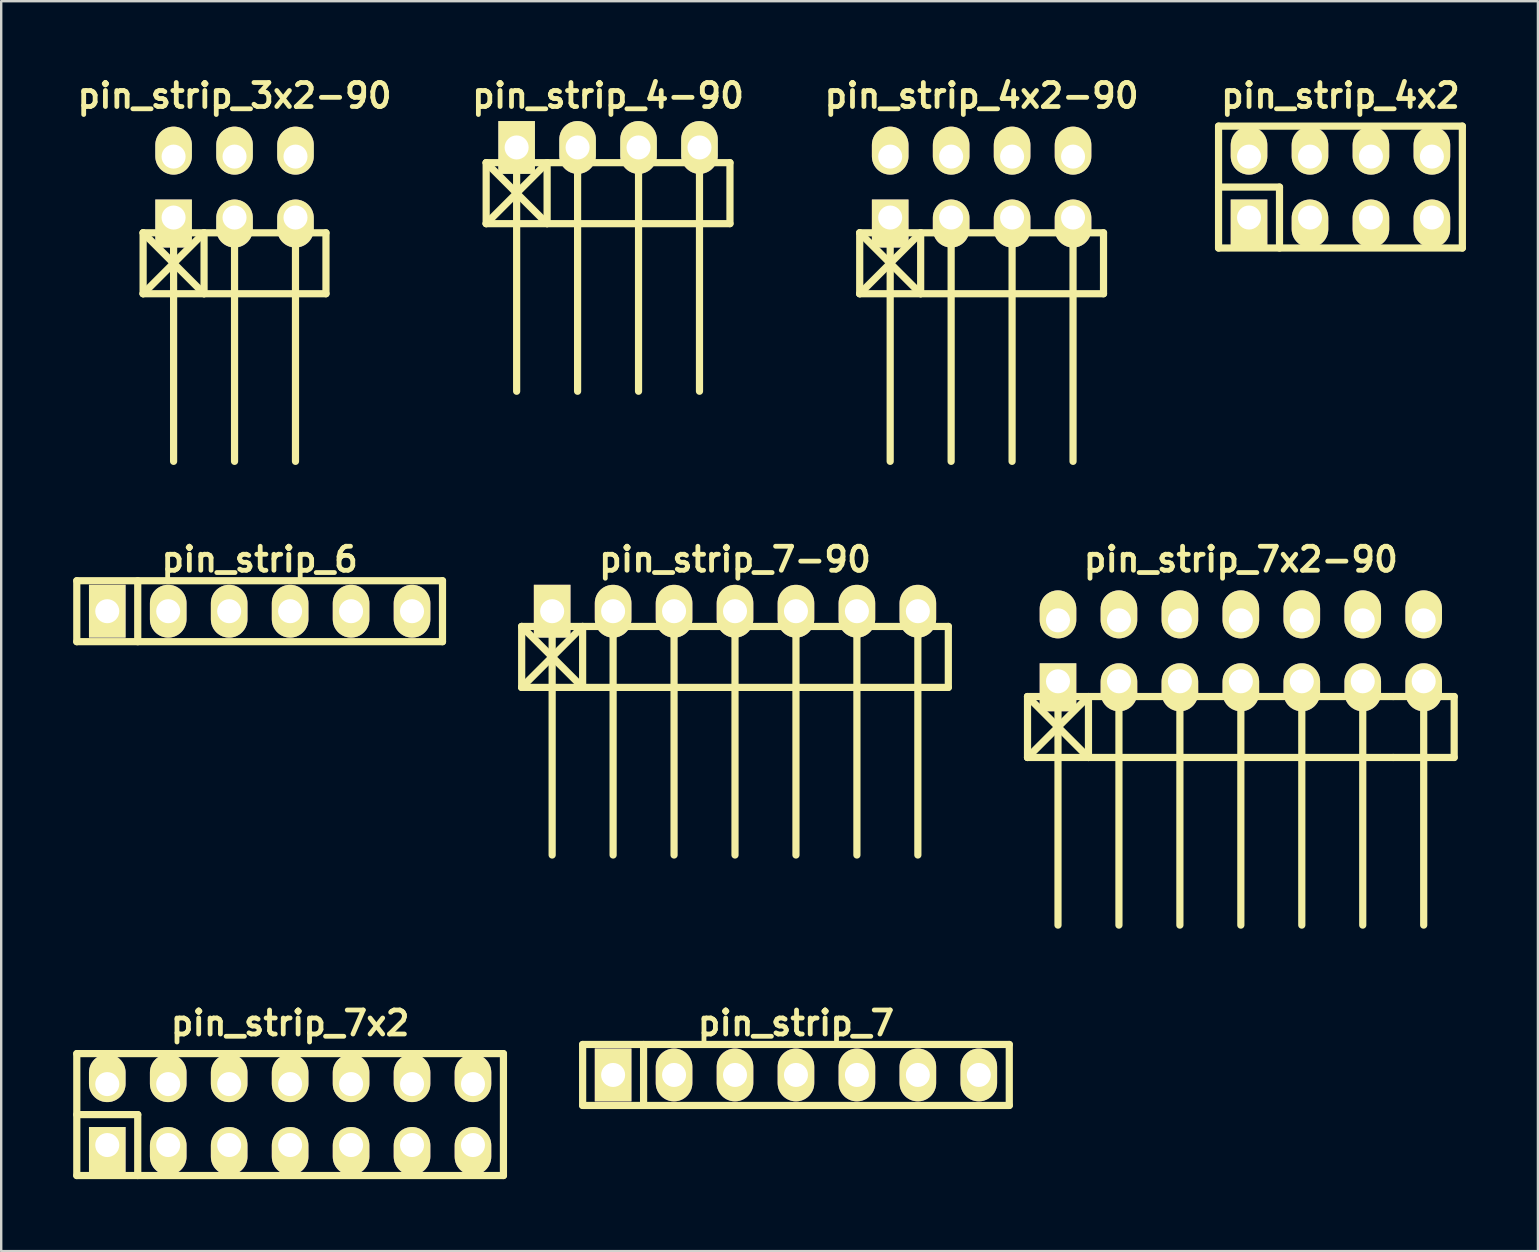
<source format=kicad_pcb>
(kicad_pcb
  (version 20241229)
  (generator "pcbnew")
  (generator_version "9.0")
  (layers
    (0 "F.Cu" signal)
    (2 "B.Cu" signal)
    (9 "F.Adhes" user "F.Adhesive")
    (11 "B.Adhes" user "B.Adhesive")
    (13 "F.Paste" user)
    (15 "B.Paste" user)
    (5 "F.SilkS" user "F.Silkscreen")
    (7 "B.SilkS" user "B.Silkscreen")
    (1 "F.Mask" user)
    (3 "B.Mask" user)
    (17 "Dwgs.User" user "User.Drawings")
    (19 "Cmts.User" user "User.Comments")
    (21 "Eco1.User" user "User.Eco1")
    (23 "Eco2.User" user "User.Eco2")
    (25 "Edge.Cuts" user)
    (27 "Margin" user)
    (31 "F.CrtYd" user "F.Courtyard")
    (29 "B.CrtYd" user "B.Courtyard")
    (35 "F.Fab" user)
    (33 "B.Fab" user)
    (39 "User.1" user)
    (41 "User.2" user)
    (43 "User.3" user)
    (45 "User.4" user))
  (footprint "pin_strip_7-90"
    (layer "F.Cu")
    (at 27.58 22.421)
    (property "Reference" "pin_strip_7-90" (at 0 -2.159 0) (layer "F.SilkS") (effects (font (size 1 1) (thickness 0.2))))
    (attr through_hole)
    (fp_line (start -8.89 0.635) (end -6.35 3.175) (stroke (width 0.3) (type solid)) (layer "F.SilkS"))
    (fp_line (start -8.89 0.635) (end 8.89 0.635) (stroke (width 0.3) (type solid)) (layer "F.SilkS"))
    (fp_line (start -8.89 3.175) (end -8.89 0.635) (stroke (width 0.3) (type solid)) (layer "F.SilkS"))
    (fp_line (start -7.62 0) (end -7.62 10.16) (stroke (width 0.3) (type solid)) (layer "F.SilkS"))
    (fp_line (start -6.35 0.635) (end -8.89 3.175) (stroke (width 0.3) (type solid)) (layer "F.SilkS"))
    (fp_line (start -6.35 0.635) (end -6.35 3.175) (stroke (width 0.3) (type solid)) (layer "F.SilkS"))
    (fp_line (start -5.08 0) (end -5.08 10.16) (stroke (width 0.3) (type solid)) (layer "F.SilkS"))
    (fp_line (start -2.54 10.16) (end -2.54 0) (stroke (width 0.3) (type solid)) (layer "F.SilkS"))
    (fp_line (start 0 0) (end 0 10.16) (stroke (width 0.3) (type solid)) (layer "F.SilkS"))
    (fp_line (start 2.54 0) (end 2.54 10.16) (stroke (width 0.3) (type solid)) (layer "F.SilkS"))
    (fp_line (start 5.08 0) (end 5.08 10.16) (stroke (width 0.3) (type solid)) (layer "F.SilkS"))
    (fp_line (start 7.62 0) (end 7.62 10.16) (stroke (width 0.3) (type solid)) (layer "F.SilkS"))
    (fp_line (start 8.89 0.635) (end 8.89 3.175) (stroke (width 0.3) (type solid)) (layer "F.SilkS"))
    (fp_line (start 8.89 3.175) (end -8.89 3.175) (stroke (width 0.3) (type solid)) (layer "F.SilkS"))
    (pad "1" thru_hole rect (at -7.62 0) (size 1.524 2.2) (drill 1.001) (layers "*.Cu" "*.Mask" "F.SilkS"))
    (pad "2" thru_hole oval (at -5.08 0) (size 1.524 2.2) (drill 1.001) (layers "*.Cu" "*.Mask" "F.SilkS"))
    (pad "3" thru_hole oval (at -2.54 0) (size 1.524 2.2) (drill 1.001) (layers "*.Cu" "*.Mask" "F.SilkS"))
    (pad "4" thru_hole oval (at 0 0) (size 1.524 2.2) (drill 1.001) (layers "*.Cu" "*.Mask" "F.SilkS"))
    (pad "5" thru_hole oval (at 2.54 0) (size 1.524 2.2) (drill 1.001) (layers "*.Cu" "*.Mask" "F.SilkS"))
    (pad "6" thru_hole oval (at 5.08 0) (size 1.524 2.2) (drill 1.001) (layers "*.Cu" "*.Mask" "F.SilkS"))
    (pad "7" thru_hole oval (at 7.62 0) (size 1.524 2.2) (drill 1.001) (layers "*.Cu" "*.Mask" "F.SilkS")))
  (footprint "pin_strip_4x2-90"
    (layer "F.Cu")
    (at 37.857 4.746)
    (property "Reference" "pin_strip_4x2-90" (at 0 -3.81 0) (layer "F.SilkS") (effects (font (size 1 1) (thickness 0.2))))
    (attr through_hole)
    (fp_line (start -5.08 1.905) (end -2.54 4.445) (stroke (width 0.3) (type solid)) (layer "F.SilkS"))
    (fp_line (start -5.08 1.905) (end 5.08 1.905) (stroke (width 0.3) (type solid)) (layer "F.SilkS"))
    (fp_line (start -5.08 4.445) (end -5.08 1.905) (stroke (width 0.3) (type solid)) (layer "F.SilkS"))
    (fp_line (start -3.81 1.27) (end -3.81 11.43) (stroke (width 0.3) (type solid)) (layer "F.SilkS"))
    (fp_line (start -2.54 1.905) (end -5.08 4.445) (stroke (width 0.3) (type solid)) (layer "F.SilkS"))
    (fp_line (start -2.54 4.445) (end -2.54 1.905) (stroke (width 0.3) (type solid)) (layer "F.SilkS"))
    (fp_line (start -1.27 1.27) (end -1.27 11.43) (stroke (width 0.3) (type solid)) (layer "F.SilkS"))
    (fp_line (start 1.27 11.43) (end 1.27 1.27) (stroke (width 0.3) (type solid)) (layer "F.SilkS"))
    (fp_line (start 3.81 1.27) (end 3.81 11.43) (stroke (width 0.3) (type solid)) (layer "F.SilkS"))
    (fp_line (start 5.08 1.905) (end 5.08 4.445) (stroke (width 0.3) (type solid)) (layer "F.SilkS"))
    (fp_line (start 5.08 4.445) (end -5.08 4.445) (stroke (width 0.3) (type solid)) (layer "F.SilkS"))
    (pad "1" thru_hole rect (at -3.81 1.27) (size 1.524 1.999) (drill 1.001 (offset 0 0.249)) (layers "*.Cu" "*.Mask" "F.SilkS"))
    (pad "2" thru_hole oval (at -3.81 -1.27) (size 1.524 1.999) (drill 1.001 (offset 0 -0.249)) (layers "*.Cu" "*.Mask" "F.SilkS"))
    (pad "3" thru_hole oval (at -1.27 1.27) (size 1.524 1.999) (drill 1.001 (offset 0 0.249)) (layers "*.Cu" "*.Mask" "F.SilkS"))
    (pad "4" thru_hole oval (at -1.27 -1.27) (size 1.524 1.999) (drill 1.001 (offset 0 -0.249)) (layers "*.Cu" "*.Mask" "F.SilkS"))
    (pad "5" thru_hole oval (at 1.27 1.27) (size 1.524 1.999) (drill 1.001 (offset 0 0.249)) (layers "*.Cu" "*.Mask" "F.SilkS"))
    (pad "6" thru_hole oval (at 1.27 -1.27) (size 1.524 1.999) (drill 1.001 (offset 0 -0.249)) (layers "*.Cu" "*.Mask" "F.SilkS"))
    (pad "7" thru_hole oval (at 3.81 1.27) (size 1.524 1.999) (drill 1.001 (offset 0 0.249)) (layers "*.Cu" "*.Mask" "F.SilkS"))
    (pad "8" thru_hole oval (at 3.81 -1.27) (size 1.524 1.999) (drill 1.001 (offset 0 -0.249)) (layers "*.Cu" "*.Mask" "F.SilkS")))
  (footprint "pin_strip_4-90"
    (layer "F.Cu")
    (at 22.29 3.095)
    (property "Reference" "pin_strip_4-90" (at 0 -2.159 0) (layer "F.SilkS") (effects (font (size 1 1) (thickness 0.2))))
    (attr through_hole)
    (fp_line (start -5.08 0.635) (end -2.54 3.175) (stroke (width 0.3) (type solid)) (layer "F.SilkS"))
    (fp_line (start -5.08 0.635) (end 5.08 0.635) (stroke (width 0.3) (type solid)) (layer "F.SilkS"))
    (fp_line (start -5.08 3.175) (end -5.08 0.635) (stroke (width 0.3) (type solid)) (layer "F.SilkS"))
    (fp_line (start -3.81 0) (end -3.81 10.16) (stroke (width 0.3) (type solid)) (layer "F.SilkS"))
    (fp_line (start -2.54 0.635) (end -5.08 3.175) (stroke (width 0.3) (type solid)) (layer "F.SilkS"))
    (fp_line (start -2.54 0.635) (end -2.54 3.175) (stroke (width 0.3) (type solid)) (layer "F.SilkS"))
    (fp_line (start -1.27 0) (end -1.27 10.16) (stroke (width 0.3) (type solid)) (layer "F.SilkS"))
    (fp_line (start 1.27 10.16) (end 1.27 0) (stroke (width 0.3) (type solid)) (layer "F.SilkS"))
    (fp_line (start 3.81 0) (end 3.81 10.16) (stroke (width 0.3) (type solid)) (layer "F.SilkS"))
    (fp_line (start 5.08 0.635) (end 5.08 3.175) (stroke (width 0.3) (type solid)) (layer "F.SilkS"))
    (fp_line (start 5.08 3.175) (end -5.08 3.175) (stroke (width 0.3) (type solid)) (layer "F.SilkS"))
    (pad "1" thru_hole rect (at -3.81 0) (size 1.524 2.2) (drill 1.001) (layers "*.Cu" "*.Mask" "F.SilkS"))
    (pad "2" thru_hole oval (at -1.27 0) (size 1.524 2.2) (drill 1.001) (layers "*.Cu" "*.Mask" "F.SilkS"))
    (pad "3" thru_hole oval (at 1.27 0) (size 1.524 2.2) (drill 1.001) (layers "*.Cu" "*.Mask" "F.SilkS"))
    (pad "4" thru_hole oval (at 3.81 0) (size 1.524 2.2) (drill 1.001) (layers "*.Cu" "*.Mask" "F.SilkS")))
  (footprint "pin_strip_6"
    (layer "F.Cu")
    (at 7.77 22.421)
    (property "Reference" "pin_strip_6" (at 0 -2.159 0) (layer "F.SilkS") (effects (font (size 1 1) (thickness 0.2))))
    (attr through_hole)
    (fp_line (start -7.62 -1.27) (end 7.62 -1.27) (stroke (width 0.3) (type solid)) (layer "F.SilkS"))
    (fp_line (start -7.62 1.27) (end -7.62 -1.27) (stroke (width 0.3) (type solid)) (layer "F.SilkS"))
    (fp_line (start -5.08 -1.27) (end -5.08 1.27) (stroke (width 0.3) (type solid)) (layer "F.SilkS"))
    (fp_line (start 7.62 -1.27) (end 7.62 1.27) (stroke (width 0.3) (type solid)) (layer "F.SilkS"))
    (fp_line (start 7.62 1.27) (end -7.62 1.27) (stroke (width 0.3) (type solid)) (layer "F.SilkS"))
    (pad "1" thru_hole rect (at -6.35 0) (size 1.524 2.2) (drill 1.001) (layers "*.Cu" "*.Mask" "F.SilkS"))
    (pad "2" thru_hole oval (at -3.81 0) (size 1.524 2.2) (drill 1.001) (layers "*.Cu" "*.Mask" "F.SilkS"))
    (pad "3" thru_hole oval (at -1.27 0) (size 1.524 2.2) (drill 1.001) (layers "*.Cu" "*.Mask" "F.SilkS"))
    (pad "4" thru_hole oval (at 1.27 0) (size 1.524 2.2) (drill 1.001) (layers "*.Cu" "*.Mask" "F.SilkS"))
    (pad "5" thru_hole oval (at 3.81 0) (size 1.524 2.2) (drill 1.001) (layers "*.Cu" "*.Mask" "F.SilkS"))
    (pad "6" thru_hole oval (at 6.35 0) (size 1.524 2.2) (drill 1.001) (layers "*.Cu" "*.Mask" "F.SilkS")))
  (footprint "pin_strip_3x2-90"
    (layer "F.Cu")
    (at 6.724 4.746)
    (property "Reference" "pin_strip_3x2-90" (at 0 -3.81 0) (layer "F.SilkS") (effects (font (size 1 1) (thickness 0.2))))
    (attr through_hole)
    (fp_line (start -3.81 1.905) (end -1.27 4.445) (stroke (width 0.3) (type solid)) (layer "F.SilkS"))
    (fp_line (start -3.81 1.905) (end 3.81 1.905) (stroke (width 0.3) (type solid)) (layer "F.SilkS"))
    (fp_line (start -3.81 4.445) (end -3.81 1.905) (stroke (width 0.3) (type solid)) (layer "F.SilkS"))
    (fp_line (start -2.54 1.27) (end -2.54 11.43) (stroke (width 0.3) (type solid)) (layer "F.SilkS"))
    (fp_line (start -1.27 1.905) (end -3.81 4.445) (stroke (width 0.3) (type solid)) (layer "F.SilkS"))
    (fp_line (start -1.27 4.445) (end -1.27 1.905) (stroke (width 0.3) (type solid)) (layer "F.SilkS"))
    (fp_line (start 0 1.27) (end 0 11.43) (stroke (width 0.3) (type solid)) (layer "F.SilkS"))
    (fp_line (start 2.54 11.43) (end 2.54 1.27) (stroke (width 0.3) (type solid)) (layer "F.SilkS"))
    (fp_line (start 3.81 1.905) (end 3.81 4.445) (stroke (width 0.3) (type solid)) (layer "F.SilkS"))
    (fp_line (start 3.81 4.445) (end -3.81 4.445) (stroke (width 0.3) (type solid)) (layer "F.SilkS"))
    (pad "1" thru_hole rect (at -2.54 1.27) (size 1.524 1.999) (drill 1.001 (offset 0 0.249)) (layers "*.Cu" "*.Mask" "F.SilkS"))
    (pad "2" thru_hole oval (at -2.54 -1.27) (size 1.524 1.999) (drill 1.001 (offset 0 -0.249)) (layers "*.Cu" "*.Mask" "F.SilkS"))
    (pad "3" thru_hole oval (at 0 1.27) (size 1.524 1.999) (drill 1.001 (offset 0 0.249)) (layers "*.Cu" "*.Mask" "F.SilkS"))
    (pad "4" thru_hole oval (at 0 -1.27) (size 1.524 1.999) (drill 1.001 (offset 0 -0.249)) (layers "*.Cu" "*.Mask" "F.SilkS"))
    (pad "5" thru_hole oval (at 2.54 1.27) (size 1.524 1.999) (drill 1.001 (offset 0 0.249)) (layers "*.Cu" "*.Mask" "F.SilkS"))
    (pad "6" thru_hole oval (at 2.54 -1.27) (size 1.524 1.999) (drill 1.001 (offset 0 -0.249)) (layers "*.Cu" "*.Mask" "F.SilkS")))
  (footprint "pin_strip_4x2"
    (layer "F.Cu")
    (at 52.811 4.746)
    (property "Reference" "pin_strip_4x2" (at 0 -3.81 0) (layer "F.SilkS") (effects (font (size 1 1) (thickness 0.2))))
    (attr through_hole)
    (fp_line (start -5.08 -2.54) (end -5.08 2.54) (stroke (width 0.3) (type solid)) (layer "F.SilkS"))
    (fp_line (start -5.08 -2.54) (end 5.08 -2.54) (stroke (width 0.3) (type solid)) (layer "F.SilkS"))
    (fp_line (start -5.08 0) (end -2.54 0) (stroke (width 0.3) (type solid)) (layer "F.SilkS"))
    (fp_line (start -2.54 0) (end -2.54 2.54) (stroke (width 0.3) (type solid)) (layer "F.SilkS"))
    (fp_line (start 5.08 -2.54) (end 5.08 2.54) (stroke (width 0.3) (type solid)) (layer "F.SilkS"))
    (fp_line (start 5.08 2.54) (end -5.08 2.54) (stroke (width 0.3) (type solid)) (layer "F.SilkS"))
    (pad "1" thru_hole rect (at -3.81 1.27) (size 1.524 1.999) (drill 1.001 (offset 0 0.249)) (layers "*.Cu" "*.Mask" "F.SilkS"))
    (pad "2" thru_hole oval (at -3.81 -1.27) (size 1.524 1.999) (drill 1.001 (offset 0 -0.249)) (layers "*.Cu" "*.Mask" "F.SilkS"))
    (pad "3" thru_hole oval (at -1.27 1.27) (size 1.524 1.999) (drill 1.001 (offset 0 0.249)) (layers "*.Cu" "*.Mask" "F.SilkS"))
    (pad "4" thru_hole oval (at -1.27 -1.27) (size 1.524 1.999) (drill 1.001 (offset 0 -0.249)) (layers "*.Cu" "*.Mask" "F.SilkS"))
    (pad "5" thru_hole oval (at 1.27 1.27) (size 1.524 1.999) (drill 1.001 (offset 0 0.249)) (layers "*.Cu" "*.Mask" "F.SilkS"))
    (pad "6" thru_hole oval (at 1.27 -1.27) (size 1.524 1.999) (drill 1.001 (offset 0 -0.249)) (layers "*.Cu" "*.Mask" "F.SilkS"))
    (pad "7" thru_hole oval (at 3.81 1.27) (size 1.524 1.999) (drill 1.001 (offset 0 0.249)) (layers "*.Cu" "*.Mask" "F.SilkS"))
    (pad "8" thru_hole oval (at 3.81 -1.27) (size 1.524 1.999) (drill 1.001 (offset 0 -0.249)) (layers "*.Cu" "*.Mask" "F.SilkS")))
  (footprint "pin_strip_7"
    (layer "F.Cu")
    (at 30.12 41.747)
    (property "Reference" "pin_strip_7" (at 0 -2.159 0) (layer "F.SilkS") (effects (font (size 1 1) (thickness 0.2))))
    (attr through_hole)
    (fp_line (start -8.89 1.27) (end -8.89 -1.27) (stroke (width 0.3) (type solid)) (layer "F.SilkS"))
    (fp_line (start -8.89 1.27) (end 8.89 1.27) (stroke (width 0.3) (type solid)) (layer "F.SilkS"))
    (fp_line (start -6.35 -1.27) (end -6.35 1.27) (stroke (width 0.3) (type solid)) (layer "F.SilkS"))
    (fp_line (start 8.89 -1.27) (end -8.89 -1.27) (stroke (width 0.3) (type solid)) (layer "F.SilkS"))
    (fp_line (start 8.89 -1.27) (end 8.89 1.27) (stroke (width 0.3) (type solid)) (layer "F.SilkS"))
    (pad "1" thru_hole rect (at -7.62 0) (size 1.524 2.2) (drill 1.001) (layers "*.Cu" "*.Mask" "F.SilkS"))
    (pad "2" thru_hole oval (at -5.08 0) (size 1.524 2.2) (drill 1.001) (layers "*.Cu" "*.Mask" "F.SilkS"))
    (pad "3" thru_hole oval (at -2.54 0) (size 1.524 2.2) (drill 1.001) (layers "*.Cu" "*.Mask" "F.SilkS"))
    (pad "4" thru_hole oval (at 0 0) (size 1.524 2.2) (drill 1.001) (layers "*.Cu" "*.Mask" "F.SilkS"))
    (pad "5" thru_hole oval (at 2.54 0) (size 1.524 2.2) (drill 1.001) (layers "*.Cu" "*.Mask" "F.SilkS"))
    (pad "6" thru_hole oval (at 5.08 0) (size 1.524 2.2) (drill 1.001) (layers "*.Cu" "*.Mask" "F.SilkS"))
    (pad "7" thru_hole oval (at 7.62 0) (size 1.524 2.2) (drill 1.001) (layers "*.Cu" "*.Mask" "F.SilkS")))
  (footprint "pin_strip_7x2"
    (layer "F.Cu")
    (at 9.04 43.398)
    (property "Reference" "pin_strip_7x2" (at 0 -3.81 0) (layer "F.SilkS") (effects (font (size 1 1) (thickness 0.2))))
    (attr through_hole)
    (fp_line (start -8.89 -2.54) (end -8.89 2.54) (stroke (width 0.3) (type solid)) (layer "F.SilkS"))
    (fp_line (start -8.89 -2.54) (end 8.89 -2.54) (stroke (width 0.3) (type solid)) (layer "F.SilkS"))
    (fp_line (start -8.89 0) (end -6.35 0) (stroke (width 0.3) (type solid)) (layer "F.SilkS"))
    (fp_line (start -6.35 0) (end -6.35 2.54) (stroke (width 0.3) (type solid)) (layer "F.SilkS"))
    (fp_line (start 8.89 -2.54) (end 8.89 2.54) (stroke (width 0.3) (type solid)) (layer "F.SilkS"))
    (fp_line (start 8.89 2.54) (end -8.89 2.54) (stroke (width 0.3) (type solid)) (layer "F.SilkS"))
    (pad "1" thru_hole rect (at -7.62 1.27) (size 1.524 1.999) (drill 1.001 (offset 0 0.249)) (layers "*.Cu" "*.Mask" "F.SilkS"))
    (pad "2" thru_hole oval (at -7.62 -1.27) (size 1.524 1.999) (drill 1.001 (offset 0 -0.249)) (layers "*.Cu" "*.Mask" "F.SilkS"))
    (pad "3" thru_hole oval (at -5.08 1.27) (size 1.524 1.999) (drill 1.001 (offset 0 0.249)) (layers "*.Cu" "*.Mask" "F.SilkS"))
    (pad "4" thru_hole oval (at -5.08 -1.27) (size 1.524 1.999) (drill 1.001 (offset 0 -0.249)) (layers "*.Cu" "*.Mask" "F.SilkS"))
    (pad "5" thru_hole oval (at -2.54 1.27) (size 1.524 1.999) (drill 1.001 (offset 0 0.249)) (layers "*.Cu" "*.Mask" "F.SilkS"))
    (pad "6" thru_hole oval (at -2.54 -1.27) (size 1.524 1.999) (drill 1.001 (offset 0 -0.249)) (layers "*.Cu" "*.Mask" "F.SilkS"))
    (pad "7" thru_hole oval (at 0 1.27) (size 1.524 1.999) (drill 1.001 (offset 0 0.249)) (layers "*.Cu" "*.Mask" "F.SilkS"))
    (pad "8" thru_hole oval (at 0 -1.27) (size 1.524 1.999) (drill 1.001 (offset 0 -0.249)) (layers "*.Cu" "*.Mask" "F.SilkS"))
    (pad "9" thru_hole oval (at 2.54 1.27) (size 1.524 1.999) (drill 1.001 (offset 0 0.249)) (layers "*.Cu" "*.Mask" "F.SilkS"))
    (pad "10" thru_hole oval (at 2.54 -1.27) (size 1.524 1.999) (drill 1.001 (offset 0 -0.249)) (layers "*.Cu" "*.Mask" "F.SilkS"))
    (pad "11" thru_hole oval (at 5.08 1.27) (size 1.524 1.999) (drill 1.001 (offset 0 0.249)) (layers "*.Cu" "*.Mask" "F.SilkS"))
    (pad "12" thru_hole oval (at 5.08 -1.27) (size 1.524 1.999) (drill 1.001 (offset 0 -0.249)) (layers "*.Cu" "*.Mask" "F.SilkS"))
    (pad "13" thru_hole oval (at 7.62 1.27) (size 1.524 1.999) (drill 1.001 (offset 0 0.249)) (layers "*.Cu" "*.Mask" "F.SilkS"))
    (pad "14" thru_hole oval (at 7.62 -1.27) (size 1.524 1.999) (drill 1.001 (offset 0 -0.249)) (layers "*.Cu" "*.Mask" "F.SilkS")))
  (footprint "pin_strip_7x2-90"
    (layer "F.Cu")
    (at 48.66 24.072)
    (property "Reference" "pin_strip_7x2-90" (at 0 -3.81 0) (layer "F.SilkS") (effects (font (size 1 1) (thickness 0.2))))
    (attr through_hole)
    (fp_line (start -8.89 1.905) (end -6.35 4.445) (stroke (width 0.3) (type solid)) (layer "F.SilkS"))
    (fp_line (start -8.89 1.905) (end 6.35 1.905) (stroke (width 0.3) (type solid)) (layer "F.SilkS"))
    (fp_line (start -8.89 4.445) (end -8.89 1.905) (stroke (width 0.3) (type solid)) (layer "F.SilkS"))
    (fp_line (start -7.62 1.27) (end -7.62 11.43) (stroke (width 0.3) (type solid)) (layer "F.SilkS"))
    (fp_line (start -6.35 1.905) (end -8.89 4.445) (stroke (width 0.3) (type solid)) (layer "F.SilkS"))
    (fp_line (start -6.35 4.445) (end -6.35 1.905) (stroke (width 0.3) (type solid)) (layer "F.SilkS"))
    (fp_line (start -5.08 1.27) (end -5.08 11.43) (stroke (width 0.3) (type solid)) (layer "F.SilkS"))
    (fp_line (start -2.54 11.43) (end -2.54 1.27) (stroke (width 0.3) (type solid)) (layer "F.SilkS"))
    (fp_line (start 0 1.27) (end 0 11.43) (stroke (width 0.3) (type solid)) (layer "F.SilkS"))
    (fp_line (start 2.54 1.27) (end 2.54 11.43) (stroke (width 0.3) (type solid)) (layer "F.SilkS"))
    (fp_line (start 5.08 1.27) (end 5.08 11.43) (stroke (width 0.3) (type solid)) (layer "F.SilkS"))
    (fp_line (start 6.35 1.905) (end 8.89 1.905) (stroke (width 0.3) (type solid)) (layer "F.SilkS"))
    (fp_line (start 6.35 4.445) (end -8.89 4.445) (stroke (width 0.3) (type solid)) (layer "F.SilkS"))
    (fp_line (start 7.62 1.27) (end 7.62 11.43) (stroke (width 0.3) (type solid)) (layer "F.SilkS"))
    (fp_line (start 8.89 1.905) (end 8.89 4.445) (stroke (width 0.3) (type solid)) (layer "F.SilkS"))
    (fp_line (start 8.89 4.445) (end 6.35 4.445) (stroke (width 0.3) (type solid)) (layer "F.SilkS"))
    (pad "1" thru_hole rect (at -7.62 1.27) (size 1.524 1.999) (drill 1.001 (offset 0 0.249)) (layers "*.Cu" "*.Mask" "F.SilkS"))
    (pad "2" thru_hole oval (at -7.62 -1.27) (size 1.524 1.999) (drill 1.001 (offset 0 -0.249)) (layers "*.Cu" "*.Mask" "F.SilkS"))
    (pad "3" thru_hole oval (at -5.08 1.27) (size 1.524 1.999) (drill 1.001 (offset 0 0.249)) (layers "*.Cu" "*.Mask" "F.SilkS"))
    (pad "4" thru_hole oval (at -5.08 -1.27) (size 1.524 1.999) (drill 1.001 (offset 0 -0.249)) (layers "*.Cu" "*.Mask" "F.SilkS"))
    (pad "5" thru_hole oval (at -2.54 1.27) (size 1.524 1.999) (drill 1.001 (offset 0 0.249)) (layers "*.Cu" "*.Mask" "F.SilkS"))
    (pad "6" thru_hole oval (at -2.54 -1.27) (size 1.524 1.999) (drill 1.001 (offset 0 -0.249)) (layers "*.Cu" "*.Mask" "F.SilkS"))
    (pad "7" thru_hole oval (at 0 1.27) (size 1.524 1.999) (drill 1.001 (offset 0 0.249)) (layers "*.Cu" "*.Mask" "F.SilkS"))
    (pad "8" thru_hole oval (at 0 -1.27) (size 1.524 1.999) (drill 1.001 (offset 0 -0.249)) (layers "*.Cu" "*.Mask" "F.SilkS"))
    (pad "9" thru_hole oval (at 2.54 1.27) (size 1.524 1.999) (drill 1.001 (offset 0 0.249)) (layers "*.Cu" "*.Mask" "F.SilkS"))
    (pad "10" thru_hole oval (at 2.54 -1.27) (size 1.524 1.999) (drill 1.001 (offset 0 -0.249)) (layers "*.Cu" "*.Mask" "F.SilkS"))
    (pad "11" thru_hole oval (at 5.08 1.27) (size 1.524 1.999) (drill 1.001 (offset 0 0.249)) (layers "*.Cu" "*.Mask" "F.SilkS"))
    (pad "12" thru_hole oval (at 5.08 -1.27) (size 1.524 1.999) (drill 1.001 (offset 0 -0.249)) (layers "*.Cu" "*.Mask" "F.SilkS"))
    (pad "13" thru_hole oval (at 7.62 1.27) (size 1.524 1.999) (drill 1.001 (offset 0 0.249)) (layers "*.Cu" "*.Mask" "F.SilkS"))
    (pad "14" thru_hole oval (at 7.62 -1.27) (size 1.524 1.999) (drill 1.001 (offset 0 -0.249)) (layers "*.Cu" "*.Mask" "F.SilkS")))
  (gr_rect
    (start -3 -3)
    (end 61.041 49.088)
    (stroke (width 0.1) (type default))
    (fill no)
    (layer "Edge.Cuts")))
</source>
